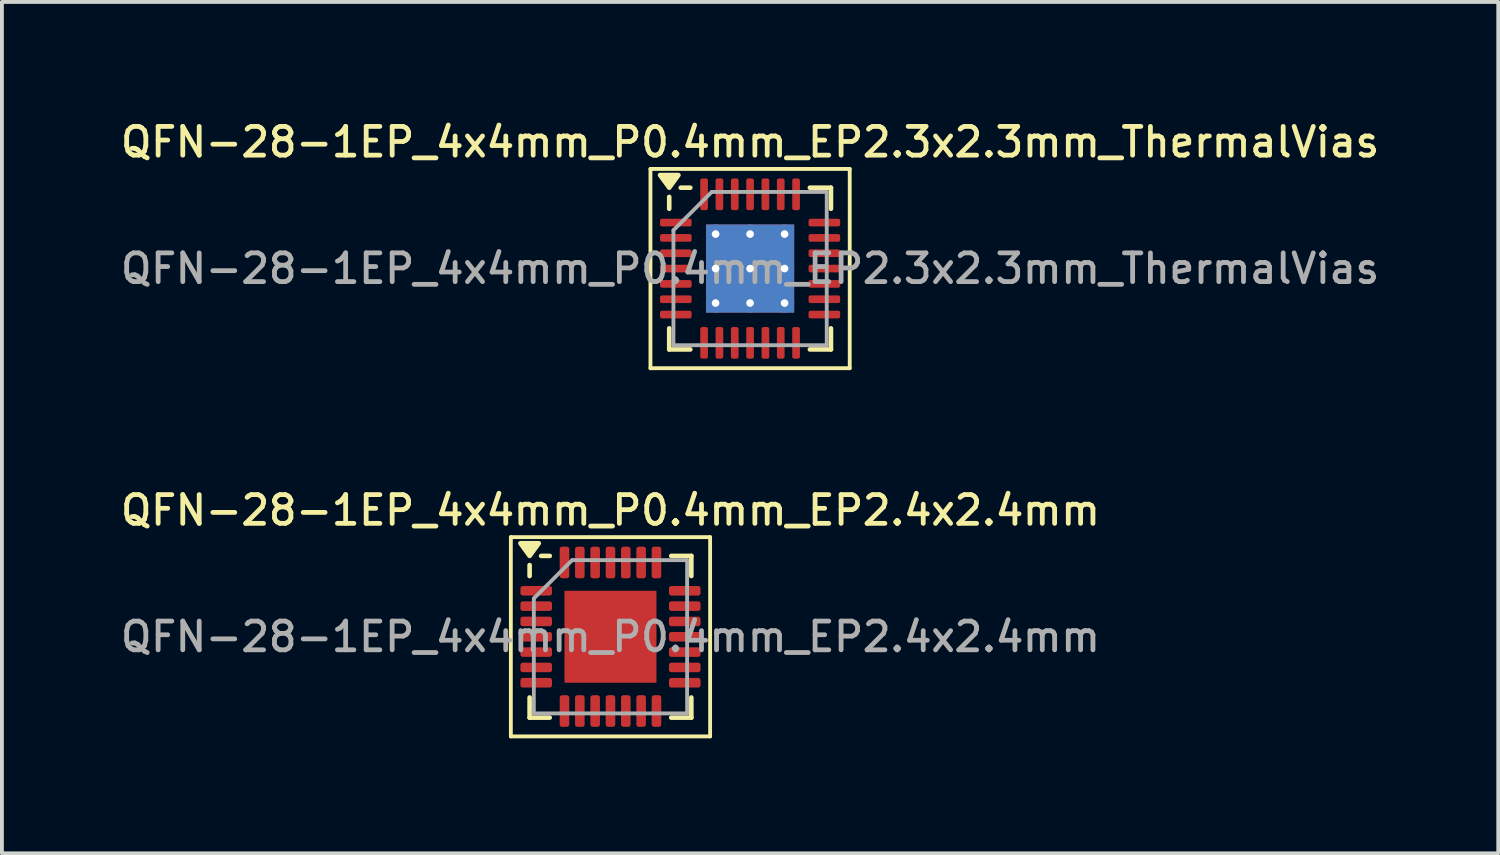
<source format=kicad_pcb>
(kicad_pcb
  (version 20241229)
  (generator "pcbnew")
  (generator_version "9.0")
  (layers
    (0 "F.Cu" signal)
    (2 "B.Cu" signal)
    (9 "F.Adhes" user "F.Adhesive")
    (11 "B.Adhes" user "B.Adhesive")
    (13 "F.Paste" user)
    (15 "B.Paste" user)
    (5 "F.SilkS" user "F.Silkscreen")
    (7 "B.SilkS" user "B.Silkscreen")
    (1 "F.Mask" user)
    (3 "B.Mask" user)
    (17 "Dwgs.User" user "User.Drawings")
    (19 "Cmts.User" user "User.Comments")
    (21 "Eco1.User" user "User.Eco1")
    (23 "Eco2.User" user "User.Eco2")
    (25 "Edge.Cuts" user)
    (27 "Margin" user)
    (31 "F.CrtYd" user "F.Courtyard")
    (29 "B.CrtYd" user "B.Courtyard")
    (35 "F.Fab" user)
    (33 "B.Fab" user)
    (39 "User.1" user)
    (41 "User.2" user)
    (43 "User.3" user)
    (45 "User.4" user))
  (footprint "QFN-28-1EP_4x4mm_P0.4mm_EP2.4x2.4mm"
    (layer "F.Cu")
    (at 12.88 13.566)
    (property "Reference" "QFN-28-1EP_4x4mm_P0.4mm_EP2.4x2.4mm" (at 0 -3.3 0) (layer "F.SilkS") (effects (font (size 0.75 0.75) (thickness 0.125))))
    (attr smd)
    (fp_line (start -2.6 -2.6) (end -2.6 2.6) (stroke (width 0.1) (type solid)) (layer "F.SilkS"))
    (fp_line (start -2.6 2.6) (end 2.6 2.6) (stroke (width 0.1) (type solid)) (layer "F.SilkS"))
    (fp_line (start -2.11 -1.585) (end -2.11 -1.87) (stroke (width 0.12) (type solid)) (layer "F.SilkS"))
    (fp_line (start -2.11 2.11) (end -2.11 1.585) (stroke (width 0.12) (type solid)) (layer "F.SilkS"))
    (fp_line (start -1.585 -2.11) (end -1.81 -2.11) (stroke (width 0.12) (type solid)) (layer "F.SilkS"))
    (fp_line (start -1.585 2.11) (end -2.11 2.11) (stroke (width 0.12) (type solid)) (layer "F.SilkS"))
    (fp_line (start 1.585 -2.11) (end 2.11 -2.11) (stroke (width 0.12) (type solid)) (layer "F.SilkS"))
    (fp_line (start 1.585 2.11) (end 2.11 2.11) (stroke (width 0.12) (type solid)) (layer "F.SilkS"))
    (fp_line (start 2.11 -2.11) (end 2.11 -1.585) (stroke (width 0.12) (type solid)) (layer "F.SilkS"))
    (fp_line (start 2.11 2.11) (end 2.11 1.585) (stroke (width 0.12) (type solid)) (layer "F.SilkS"))
    (fp_line (start 2.6 -2.6) (end -2.6 -2.6) (stroke (width 0.1) (type solid)) (layer "F.SilkS"))
    (fp_line (start 2.6 2.6) (end 2.6 -2.6) (stroke (width 0.1) (type solid)) (layer "F.SilkS"))
    (fp_poly (pts (xy -2.11 -2.11) (xy -2.35 -2.44) (xy -1.87 -2.44) (xy -2.11 -2.11)) (stroke (width 0.12) (type solid)) (fill yes) (layer "F.SilkS"))
    (fp_line (start -2 -1) (end -1 -2) (stroke (width 0.1) (type solid)) (layer "F.Fab"))
    (fp_line (start -2 2) (end -2 -1) (stroke (width 0.1) (type solid)) (layer "F.Fab"))
    (fp_line (start -1 -2) (end 2 -2) (stroke (width 0.1) (type solid)) (layer "F.Fab"))
    (fp_line (start 2 -2) (end 2 2) (stroke (width 0.1) (type solid)) (layer "F.Fab"))
    (fp_line (start 2 2) (end -2 2) (stroke (width 0.1) (type solid)) (layer "F.Fab"))
    (fp_text user "${REFERENCE}" (at 0 0 0) (layer "F.Fab") (effects (font (size 0.75 0.75) (thickness 0.125))))
    (pad "" smd roundrect (at -0.6 -0.6) (size 0.97 0.97) (layers "F.Paste") (roundrect_rratio 0.25))
    (pad "" smd roundrect (at -0.6 0.6) (size 0.97 0.97) (layers "F.Paste") (roundrect_rratio 0.25))
    (pad "" smd roundrect (at 0.6 -0.6) (size 0.97 0.97) (layers "F.Paste") (roundrect_rratio 0.25))
    (pad "" smd roundrect (at 0.6 0.6) (size 0.97 0.97) (layers "F.Paste") (roundrect_rratio 0.25))
    (pad "1" smd roundrect (at -1.938 -1.2) (size 0.825 0.25) (layers "F.Cu" "F.Mask" "F.Paste") (roundrect_rratio 0.25))
    (pad "2" smd roundrect (at -1.938 -0.8) (size 0.825 0.25) (layers "F.Cu" "F.Mask" "F.Paste") (roundrect_rratio 0.25))
    (pad "3" smd roundrect (at -1.938 -0.4) (size 0.825 0.25) (layers "F.Cu" "F.Mask" "F.Paste") (roundrect_rratio 0.25))
    (pad "4" smd roundrect (at -1.938 0) (size 0.825 0.25) (layers "F.Cu" "F.Mask" "F.Paste") (roundrect_rratio 0.25))
    (pad "5" smd roundrect (at -1.938 0.4) (size 0.825 0.25) (layers "F.Cu" "F.Mask" "F.Paste") (roundrect_rratio 0.25))
    (pad "6" smd roundrect (at -1.938 0.8) (size 0.825 0.25) (layers "F.Cu" "F.Mask" "F.Paste") (roundrect_rratio 0.25))
    (pad "7" smd roundrect (at -1.938 1.2) (size 0.825 0.25) (layers "F.Cu" "F.Mask" "F.Paste") (roundrect_rratio 0.25))
    (pad "8" smd roundrect (at -1.2 1.938) (size 0.25 0.825) (layers "F.Cu" "F.Mask" "F.Paste") (roundrect_rratio 0.25))
    (pad "9" smd roundrect (at -0.8 1.938) (size 0.25 0.825) (layers "F.Cu" "F.Mask" "F.Paste") (roundrect_rratio 0.25))
    (pad "10" smd roundrect (at -0.4 1.938) (size 0.25 0.825) (layers "F.Cu" "F.Mask" "F.Paste") (roundrect_rratio 0.25))
    (pad "11" smd roundrect (at 0 1.938) (size 0.25 0.825) (layers "F.Cu" "F.Mask" "F.Paste") (roundrect_rratio 0.25))
    (pad "12" smd roundrect (at 0.4 1.938) (size 0.25 0.825) (layers "F.Cu" "F.Mask" "F.Paste") (roundrect_rratio 0.25))
    (pad "13" smd roundrect (at 0.8 1.938) (size 0.25 0.825) (layers "F.Cu" "F.Mask" "F.Paste") (roundrect_rratio 0.25))
    (pad "14" smd roundrect (at 1.2 1.938) (size 0.25 0.825) (layers "F.Cu" "F.Mask" "F.Paste") (roundrect_rratio 0.25))
    (pad "15" smd roundrect (at 1.938 1.2) (size 0.825 0.25) (layers "F.Cu" "F.Mask" "F.Paste") (roundrect_rratio 0.25))
    (pad "16" smd roundrect (at 1.938 0.8) (size 0.825 0.25) (layers "F.Cu" "F.Mask" "F.Paste") (roundrect_rratio 0.25))
    (pad "17" smd roundrect (at 1.938 0.4) (size 0.825 0.25) (layers "F.Cu" "F.Mask" "F.Paste") (roundrect_rratio 0.25))
    (pad "18" smd roundrect (at 1.938 0) (size 0.825 0.25) (layers "F.Cu" "F.Mask" "F.Paste") (roundrect_rratio 0.25))
    (pad "19" smd roundrect (at 1.938 -0.4) (size 0.825 0.25) (layers "F.Cu" "F.Mask" "F.Paste") (roundrect_rratio 0.25))
    (pad "20" smd roundrect (at 1.938 -0.8) (size 0.825 0.25) (layers "F.Cu" "F.Mask" "F.Paste") (roundrect_rratio 0.25))
    (pad "21" smd roundrect (at 1.938 -1.2) (size 0.825 0.25) (layers "F.Cu" "F.Mask" "F.Paste") (roundrect_rratio 0.25))
    (pad "22" smd roundrect (at 1.2 -1.938) (size 0.25 0.825) (layers "F.Cu" "F.Mask" "F.Paste") (roundrect_rratio 0.25))
    (pad "23" smd roundrect (at 0.8 -1.938) (size 0.25 0.825) (layers "F.Cu" "F.Mask" "F.Paste") (roundrect_rratio 0.25))
    (pad "24" smd roundrect (at 0.4 -1.938) (size 0.25 0.825) (layers "F.Cu" "F.Mask" "F.Paste") (roundrect_rratio 0.25))
    (pad "25" smd roundrect (at 0 -1.938) (size 0.25 0.825) (layers "F.Cu" "F.Mask" "F.Paste") (roundrect_rratio 0.25))
    (pad "26" smd roundrect (at -0.4 -1.938) (size 0.25 0.825) (layers "F.Cu" "F.Mask" "F.Paste") (roundrect_rratio 0.25))
    (pad "27" smd roundrect (at -0.8 -1.938) (size 0.25 0.825) (layers "F.Cu" "F.Mask" "F.Paste") (roundrect_rratio 0.25))
    (pad "28" smd roundrect (at -1.2 -1.938) (size 0.25 0.825) (layers "F.Cu" "F.Mask" "F.Paste") (roundrect_rratio 0.25))
    (pad "29" smd rect (at 0 0) (size 2.4 2.4) (property pad_prop_heatsink) (layers "F.Cu" "F.Mask")))
  (footprint "QFN-28-1EP_4x4mm_P0.4mm_EP2.3x2.3mm_ThermalVias"
    (layer "F.Cu")
    (at 16.523 3.958)
    (property "Reference" "QFN-28-1EP_4x4mm_P0.4mm_EP2.3x2.3mm_ThermalVias" (at 0 -3.3 0) (layer "F.SilkS") (effects (font (size 0.75 0.75) (thickness 0.125))))
    (attr smd)
    (fp_line (start -2.6 -2.6) (end -2.6 2.6) (stroke (width 0.1) (type solid)) (layer "F.SilkS"))
    (fp_line (start -2.6 2.6) (end 2.6 2.6) (stroke (width 0.1) (type solid)) (layer "F.SilkS"))
    (fp_line (start -2.11 -1.56) (end -2.11 -1.87) (stroke (width 0.12) (type solid)) (layer "F.SilkS"))
    (fp_line (start -2.11 2.11) (end -2.11 1.56) (stroke (width 0.12) (type solid)) (layer "F.SilkS"))
    (fp_line (start -1.56 -2.11) (end -1.81 -2.11) (stroke (width 0.12) (type solid)) (layer "F.SilkS"))
    (fp_line (start -1.56 2.11) (end -2.11 2.11) (stroke (width 0.12) (type solid)) (layer "F.SilkS"))
    (fp_line (start 1.56 -2.11) (end 2.11 -2.11) (stroke (width 0.12) (type solid)) (layer "F.SilkS"))
    (fp_line (start 1.56 2.11) (end 2.11 2.11) (stroke (width 0.12) (type solid)) (layer "F.SilkS"))
    (fp_line (start 2.11 -2.11) (end 2.11 -1.56) (stroke (width 0.12) (type solid)) (layer "F.SilkS"))
    (fp_line (start 2.11 2.11) (end 2.11 1.56) (stroke (width 0.12) (type solid)) (layer "F.SilkS"))
    (fp_line (start 2.6 -2.6) (end -2.6 -2.6) (stroke (width 0.1) (type solid)) (layer "F.SilkS"))
    (fp_line (start 2.6 2.6) (end 2.6 -2.6) (stroke (width 0.1) (type solid)) (layer "F.SilkS"))
    (fp_poly (pts (xy -2.11 -2.11) (xy -2.35 -2.44) (xy -1.87 -2.44) (xy -2.11 -2.11)) (stroke (width 0.12) (type solid)) (fill yes) (layer "F.SilkS"))
    (fp_line (start -2 -1) (end -1 -2) (stroke (width 0.1) (type solid)) (layer "F.Fab"))
    (fp_line (start -2 2) (end -2 -1) (stroke (width 0.1) (type solid)) (layer "F.Fab"))
    (fp_line (start -1 -2) (end 2 -2) (stroke (width 0.1) (type solid)) (layer "F.Fab"))
    (fp_line (start 2 -2) (end 2 2) (stroke (width 0.1) (type solid)) (layer "F.Fab"))
    (fp_line (start 2 2) (end -2 2) (stroke (width 0.1) (type solid)) (layer "F.Fab"))
    (fp_text user "${REFERENCE}" (at 0 0 0) (layer "F.Fab") (effects (font (size 0.75 0.75) (thickness 0.125))))
    (pad "" smd roundrect (at -0.575 -0.575) (size 0.75 0.75) (layers "F.Paste") (roundrect_rratio 0.25))
    (pad "" smd roundrect (at -0.575 0.575) (size 0.75 0.75) (layers "F.Paste") (roundrect_rratio 0.25))
    (pad "" smd roundrect (at 0.575 -0.575) (size 0.75 0.75) (layers "F.Paste") (roundrect_rratio 0.25))
    (pad "" smd roundrect (at 0.575 0.575) (size 0.75 0.75) (layers "F.Paste") (roundrect_rratio 0.25))
    (pad "1" smd roundrect (at -1.938 -1.2) (size 0.825 0.2) (layers "F.Cu" "F.Mask" "F.Paste") (roundrect_rratio 0.25))
    (pad "2" smd roundrect (at -1.938 -0.8) (size 0.825 0.2) (layers "F.Cu" "F.Mask" "F.Paste") (roundrect_rratio 0.25))
    (pad "3" smd roundrect (at -1.938 -0.4) (size 0.825 0.2) (layers "F.Cu" "F.Mask" "F.Paste") (roundrect_rratio 0.25))
    (pad "4" smd roundrect (at -1.938 0) (size 0.825 0.2) (layers "F.Cu" "F.Mask" "F.Paste") (roundrect_rratio 0.25))
    (pad "5" smd roundrect (at -1.938 0.4) (size 0.825 0.2) (layers "F.Cu" "F.Mask" "F.Paste") (roundrect_rratio 0.25))
    (pad "6" smd roundrect (at -1.938 0.8) (size 0.825 0.2) (layers "F.Cu" "F.Mask" "F.Paste") (roundrect_rratio 0.25))
    (pad "7" smd roundrect (at -1.938 1.2) (size 0.825 0.2) (layers "F.Cu" "F.Mask" "F.Paste") (roundrect_rratio 0.25))
    (pad "8" smd roundrect (at -1.2 1.938) (size 0.2 0.825) (layers "F.Cu" "F.Mask" "F.Paste") (roundrect_rratio 0.25))
    (pad "9" smd roundrect (at -0.8 1.938) (size 0.2 0.825) (layers "F.Cu" "F.Mask" "F.Paste") (roundrect_rratio 0.25))
    (pad "10" smd roundrect (at -0.4 1.938) (size 0.2 0.825) (layers "F.Cu" "F.Mask" "F.Paste") (roundrect_rratio 0.25))
    (pad "11" smd roundrect (at 0 1.938) (size 0.2 0.825) (layers "F.Cu" "F.Mask" "F.Paste") (roundrect_rratio 0.25))
    (pad "12" smd roundrect (at 0.4 1.938) (size 0.2 0.825) (layers "F.Cu" "F.Mask" "F.Paste") (roundrect_rratio 0.25))
    (pad "13" smd roundrect (at 0.8 1.938) (size 0.2 0.825) (layers "F.Cu" "F.Mask" "F.Paste") (roundrect_rratio 0.25))
    (pad "14" smd roundrect (at 1.2 1.938) (size 0.2 0.825) (layers "F.Cu" "F.Mask" "F.Paste") (roundrect_rratio 0.25))
    (pad "15" smd roundrect (at 1.938 1.2) (size 0.825 0.2) (layers "F.Cu" "F.Mask" "F.Paste") (roundrect_rratio 0.25))
    (pad "16" smd roundrect (at 1.938 0.8) (size 0.825 0.2) (layers "F.Cu" "F.Mask" "F.Paste") (roundrect_rratio 0.25))
    (pad "17" smd roundrect (at 1.938 0.4) (size 0.825 0.2) (layers "F.Cu" "F.Mask" "F.Paste") (roundrect_rratio 0.25))
    (pad "18" smd roundrect (at 1.938 0) (size 0.825 0.2) (layers "F.Cu" "F.Mask" "F.Paste") (roundrect_rratio 0.25))
    (pad "19" smd roundrect (at 1.938 -0.4) (size 0.825 0.2) (layers "F.Cu" "F.Mask" "F.Paste") (roundrect_rratio 0.25))
    (pad "20" smd roundrect (at 1.938 -0.8) (size 0.825 0.2) (layers "F.Cu" "F.Mask" "F.Paste") (roundrect_rratio 0.25))
    (pad "21" smd roundrect (at 1.938 -1.2) (size 0.825 0.2) (layers "F.Cu" "F.Mask" "F.Paste") (roundrect_rratio 0.25))
    (pad "22" smd roundrect (at 1.2 -1.938) (size 0.2 0.825) (layers "F.Cu" "F.Mask" "F.Paste") (roundrect_rratio 0.25))
    (pad "23" smd roundrect (at 0.8 -1.938) (size 0.2 0.825) (layers "F.Cu" "F.Mask" "F.Paste") (roundrect_rratio 0.25))
    (pad "24" smd roundrect (at 0.4 -1.938) (size 0.2 0.825) (layers "F.Cu" "F.Mask" "F.Paste") (roundrect_rratio 0.25))
    (pad "25" smd roundrect (at 0 -1.938) (size 0.2 0.825) (layers "F.Cu" "F.Mask" "F.Paste") (roundrect_rratio 0.25))
    (pad "26" smd roundrect (at -0.4 -1.938) (size 0.2 0.825) (layers "F.Cu" "F.Mask" "F.Paste") (roundrect_rratio 0.25))
    (pad "27" smd roundrect (at -0.8 -1.938) (size 0.2 0.825) (layers "F.Cu" "F.Mask" "F.Paste") (roundrect_rratio 0.25))
    (pad "28" smd roundrect (at -1.2 -1.938) (size 0.2 0.825) (layers "F.Cu" "F.Mask" "F.Paste") (roundrect_rratio 0.25))
    (pad "29" thru_hole circle (at -0.9 -0.9) (size 0.5 0.5) (drill 0.2) (property pad_prop_heatsink) (layers "*.Cu"))
    (pad "29" thru_hole circle (at -0.9 0) (size 0.5 0.5) (drill 0.2) (property pad_prop_heatsink) (layers "*.Cu"))
    (pad "29" thru_hole circle (at -0.9 0.9) (size 0.5 0.5) (drill 0.2) (property pad_prop_heatsink) (layers "*.Cu"))
    (pad "29" thru_hole circle (at 0 -0.9) (size 0.5 0.5) (drill 0.2) (property pad_prop_heatsink) (layers "*.Cu"))
    (pad "29" thru_hole circle (at 0 0) (size 0.5 0.5) (drill 0.2) (property pad_prop_heatsink) (layers "*.Cu"))
    (pad "29" smd rect (at 0 0) (size 2.3 2.3) (property pad_prop_heatsink) (layers "F.Cu" "F.Mask"))
    (pad "29" smd rect (at 0 0) (size 2.3 2.3) (property pad_prop_heatsink) (layers "B.Cu"))
    (pad "29" thru_hole circle (at 0 0.9) (size 0.5 0.5) (drill 0.2) (property pad_prop_heatsink) (layers "*.Cu"))
    (pad "29" thru_hole circle (at 0.9 -0.9) (size 0.5 0.5) (drill 0.2) (property pad_prop_heatsink) (layers "*.Cu"))
    (pad "29" thru_hole circle (at 0.9 0) (size 0.5 0.5) (drill 0.2) (property pad_prop_heatsink) (layers "*.Cu"))
    (pad "29" thru_hole circle (at 0.9 0.9) (size 0.5 0.5) (drill 0.2) (property pad_prop_heatsink) (layers "*.Cu")))
  (gr_rect
    (start -3 -3)
    (end 36.046 19.216)
    (stroke (width 0.1) (type default))
    (fill no)
    (layer "Edge.Cuts")))
</source>
